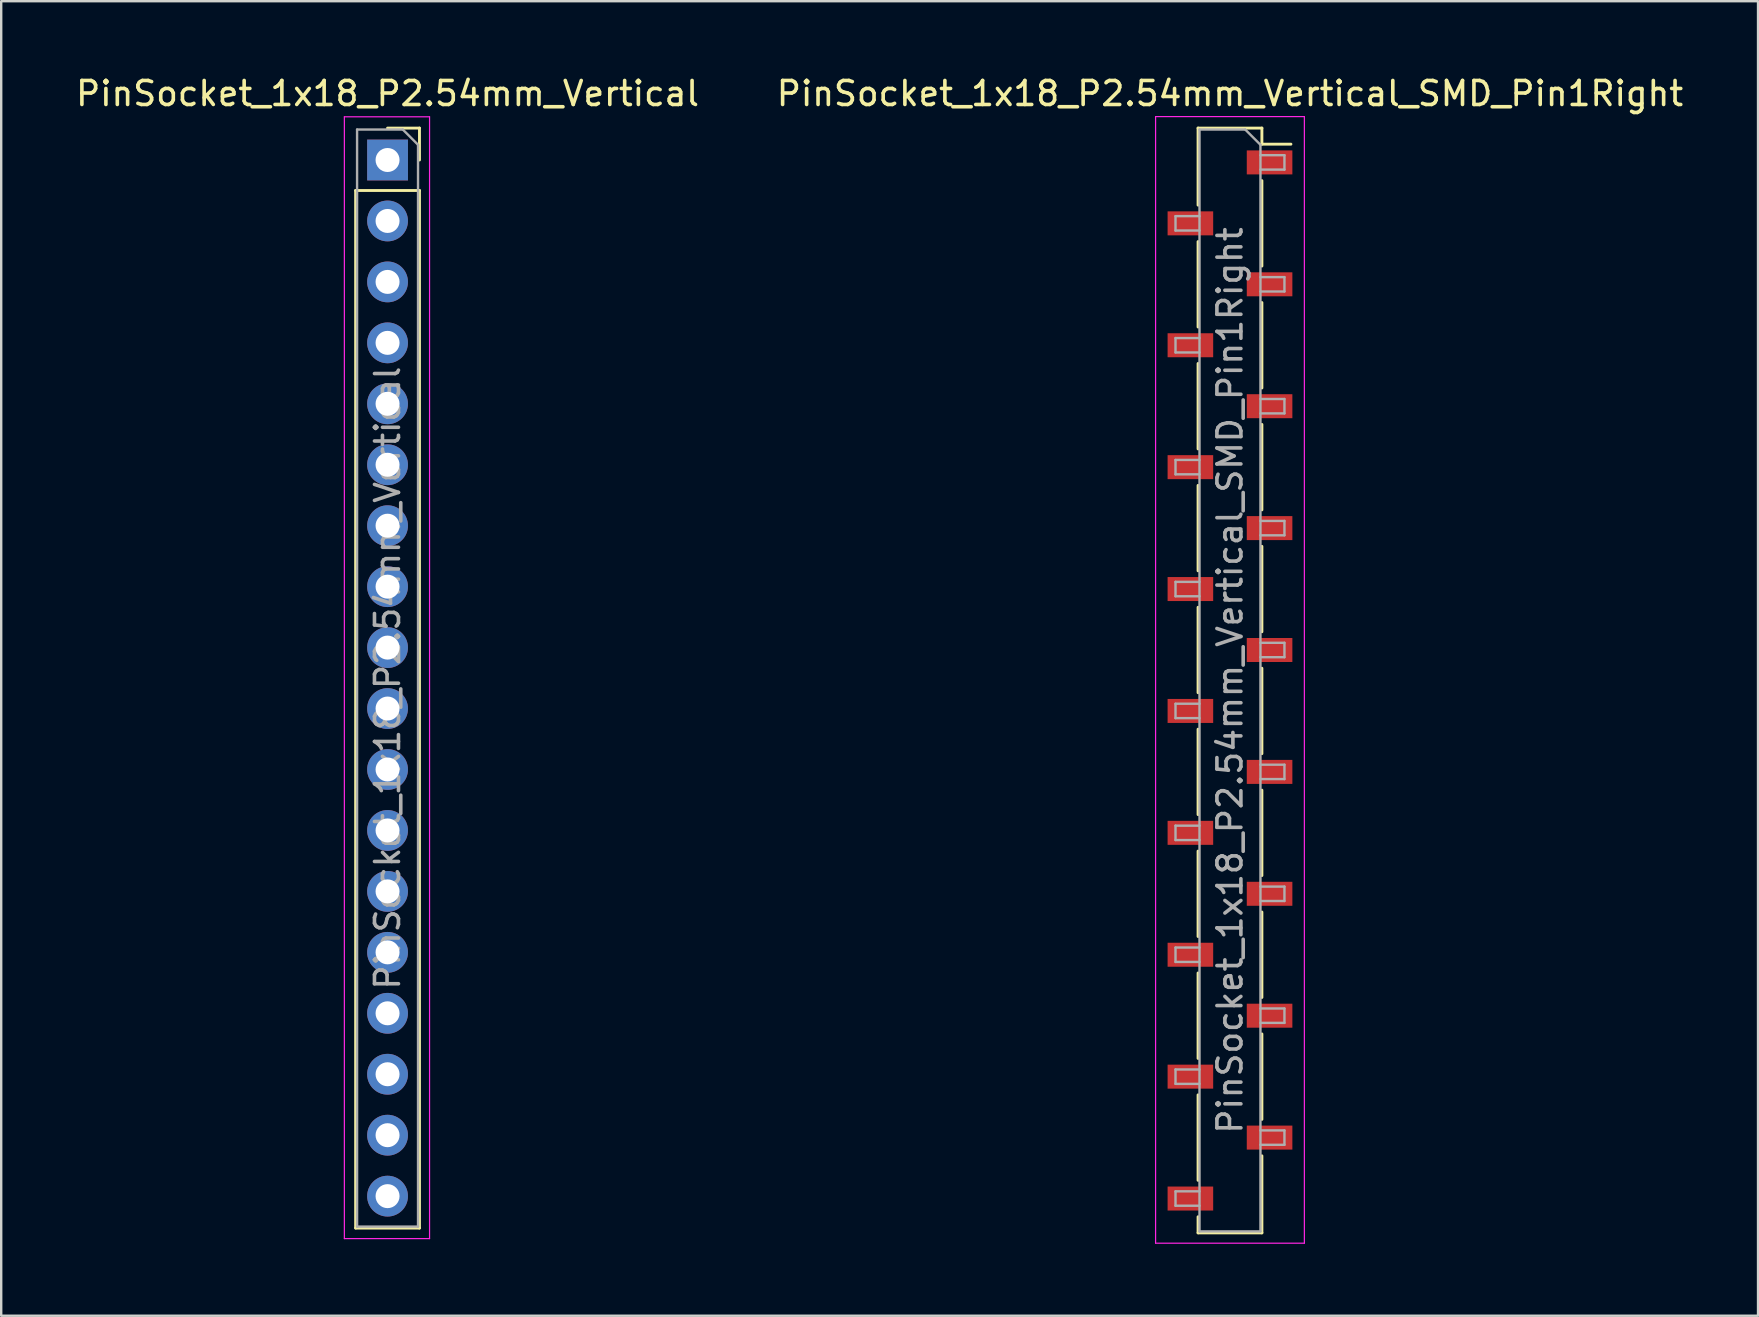
<source format=kicad_pcb>
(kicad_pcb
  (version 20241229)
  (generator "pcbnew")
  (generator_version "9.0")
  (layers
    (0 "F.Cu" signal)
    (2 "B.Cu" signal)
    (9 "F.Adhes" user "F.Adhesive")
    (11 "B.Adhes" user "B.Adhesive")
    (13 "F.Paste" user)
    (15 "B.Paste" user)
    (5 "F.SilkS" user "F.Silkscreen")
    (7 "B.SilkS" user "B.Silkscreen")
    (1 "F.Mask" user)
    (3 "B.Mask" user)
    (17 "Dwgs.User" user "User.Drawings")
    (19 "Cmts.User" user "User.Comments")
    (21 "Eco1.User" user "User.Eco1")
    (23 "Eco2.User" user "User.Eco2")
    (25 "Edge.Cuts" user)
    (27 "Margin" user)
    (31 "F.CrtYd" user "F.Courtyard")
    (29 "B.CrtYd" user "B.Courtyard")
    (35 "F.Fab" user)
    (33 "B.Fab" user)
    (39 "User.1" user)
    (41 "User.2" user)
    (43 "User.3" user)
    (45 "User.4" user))
  (footprint "PinSocket_1x18_P2.54mm_Vertical_SMD_Pin1Right"
    (layer "F.Cu")
    (at 48.208 25.308)
    (property "Reference" "PinSocket_1x18_P2.54mm_Vertical_SMD_Pin1Right" (at 0 -24.46 0) (layer "F.SilkS") (effects (font (size 1 1) (thickness 0.15))))
    (attr smd)
    (fp_line (start -1.33 -23.02) (end -1.33 -19.81) (stroke (width 0.12) (type solid)) (layer "F.SilkS"))
    (fp_line (start -1.33 -23.02) (end 1.33 -23.02) (stroke (width 0.12) (type solid)) (layer "F.SilkS"))
    (fp_line (start -1.33 -18.29) (end -1.33 -14.73) (stroke (width 0.12) (type solid)) (layer "F.SilkS"))
    (fp_line (start -1.33 -13.21) (end -1.33 -9.65) (stroke (width 0.12) (type solid)) (layer "F.SilkS"))
    (fp_line (start -1.33 -8.13) (end -1.33 -4.57) (stroke (width 0.12) (type solid)) (layer "F.SilkS"))
    (fp_line (start -1.33 -3.05) (end -1.33 0.51) (stroke (width 0.12) (type solid)) (layer "F.SilkS"))
    (fp_line (start -1.33 2.03) (end -1.33 5.59) (stroke (width 0.12) (type solid)) (layer "F.SilkS"))
    (fp_line (start -1.33 7.11) (end -1.33 10.67) (stroke (width 0.12) (type solid)) (layer "F.SilkS"))
    (fp_line (start -1.33 12.19) (end -1.33 15.75) (stroke (width 0.12) (type solid)) (layer "F.SilkS"))
    (fp_line (start -1.33 17.27) (end -1.33 20.83) (stroke (width 0.12) (type solid)) (layer "F.SilkS"))
    (fp_line (start -1.33 22.35) (end -1.33 23.02) (stroke (width 0.12) (type solid)) (layer "F.SilkS"))
    (fp_line (start -1.33 23.02) (end 1.33 23.02) (stroke (width 0.12) (type solid)) (layer "F.SilkS"))
    (fp_line (start 1.33 -23.02) (end 1.33 -22.35) (stroke (width 0.12) (type solid)) (layer "F.SilkS"))
    (fp_line (start 1.33 -22.35) (end 2.54 -22.35) (stroke (width 0.12) (type solid)) (layer "F.SilkS"))
    (fp_line (start 1.33 -20.83) (end 1.33 -17.27) (stroke (width 0.12) (type solid)) (layer "F.SilkS"))
    (fp_line (start 1.33 -15.75) (end 1.33 -12.19) (stroke (width 0.12) (type solid)) (layer "F.SilkS"))
    (fp_line (start 1.33 -10.67) (end 1.33 -7.11) (stroke (width 0.12) (type solid)) (layer "F.SilkS"))
    (fp_line (start 1.33 -5.59) (end 1.33 -2.03) (stroke (width 0.12) (type solid)) (layer "F.SilkS"))
    (fp_line (start 1.33 -0.51) (end 1.33 3.05) (stroke (width 0.12) (type solid)) (layer "F.SilkS"))
    (fp_line (start 1.33 4.57) (end 1.33 8.13) (stroke (width 0.12) (type solid)) (layer "F.SilkS"))
    (fp_line (start 1.33 9.65) (end 1.33 13.21) (stroke (width 0.12) (type solid)) (layer "F.SilkS"))
    (fp_line (start 1.33 14.73) (end 1.33 18.29) (stroke (width 0.12) (type solid)) (layer "F.SilkS"))
    (fp_line (start 1.33 19.81) (end 1.33 23.02) (stroke (width 0.12) (type solid)) (layer "F.SilkS"))
    (fp_line (start -3.1 -23.5) (end 3.1 -23.5) (stroke (width 0.05) (type solid)) (layer "F.CrtYd"))
    (fp_line (start -3.1 23.45) (end -3.1 -23.5) (stroke (width 0.05) (type solid)) (layer "F.CrtYd"))
    (fp_line (start 3.1 -23.5) (end 3.1 23.45) (stroke (width 0.05) (type solid)) (layer "F.CrtYd"))
    (fp_line (start 3.1 23.45) (end -3.1 23.45) (stroke (width 0.05) (type solid)) (layer "F.CrtYd"))
    (fp_line (start -2.27 -19.35) (end -1.27 -19.35) (stroke (width 0.1) (type solid)) (layer "F.Fab"))
    (fp_line (start -2.27 -18.75) (end -2.27 -19.35) (stroke (width 0.1) (type solid)) (layer "F.Fab"))
    (fp_line (start -2.27 -14.27) (end -1.27 -14.27) (stroke (width 0.1) (type solid)) (layer "F.Fab"))
    (fp_line (start -2.27 -13.67) (end -2.27 -14.27) (stroke (width 0.1) (type solid)) (layer "F.Fab"))
    (fp_line (start -2.27 -9.19) (end -1.27 -9.19) (stroke (width 0.1) (type solid)) (layer "F.Fab"))
    (fp_line (start -2.27 -8.59) (end -2.27 -9.19) (stroke (width 0.1) (type solid)) (layer "F.Fab"))
    (fp_line (start -2.27 -4.11) (end -1.27 -4.11) (stroke (width 0.1) (type solid)) (layer "F.Fab"))
    (fp_line (start -2.27 -3.51) (end -2.27 -4.11) (stroke (width 0.1) (type solid)) (layer "F.Fab"))
    (fp_line (start -2.27 0.97) (end -1.27 0.97) (stroke (width 0.1) (type solid)) (layer "F.Fab"))
    (fp_line (start -2.27 1.57) (end -2.27 0.97) (stroke (width 0.1) (type solid)) (layer "F.Fab"))
    (fp_line (start -2.27 6.05) (end -1.27 6.05) (stroke (width 0.1) (type solid)) (layer "F.Fab"))
    (fp_line (start -2.27 6.65) (end -2.27 6.05) (stroke (width 0.1) (type solid)) (layer "F.Fab"))
    (fp_line (start -2.27 11.13) (end -1.27 11.13) (stroke (width 0.1) (type solid)) (layer "F.Fab"))
    (fp_line (start -2.27 11.73) (end -2.27 11.13) (stroke (width 0.1) (type solid)) (layer "F.Fab"))
    (fp_line (start -2.27 16.21) (end -1.27 16.21) (stroke (width 0.1) (type solid)) (layer "F.Fab"))
    (fp_line (start -2.27 16.81) (end -2.27 16.21) (stroke (width 0.1) (type solid)) (layer "F.Fab"))
    (fp_line (start -2.27 21.29) (end -1.27 21.29) (stroke (width 0.1) (type solid)) (layer "F.Fab"))
    (fp_line (start -2.27 21.89) (end -2.27 21.29) (stroke (width 0.1) (type solid)) (layer "F.Fab"))
    (fp_line (start -1.27 -22.96) (end 0.635 -22.96) (stroke (width 0.1) (type solid)) (layer "F.Fab"))
    (fp_line (start -1.27 -18.75) (end -2.27 -18.75) (stroke (width 0.1) (type solid)) (layer "F.Fab"))
    (fp_line (start -1.27 -13.67) (end -2.27 -13.67) (stroke (width 0.1) (type solid)) (layer "F.Fab"))
    (fp_line (start -1.27 -8.59) (end -2.27 -8.59) (stroke (width 0.1) (type solid)) (layer "F.Fab"))
    (fp_line (start -1.27 -3.51) (end -2.27 -3.51) (stroke (width 0.1) (type solid)) (layer "F.Fab"))
    (fp_line (start -1.27 1.57) (end -2.27 1.57) (stroke (width 0.1) (type solid)) (layer "F.Fab"))
    (fp_line (start -1.27 6.65) (end -2.27 6.65) (stroke (width 0.1) (type solid)) (layer "F.Fab"))
    (fp_line (start -1.27 11.73) (end -2.27 11.73) (stroke (width 0.1) (type solid)) (layer "F.Fab"))
    (fp_line (start -1.27 16.81) (end -2.27 16.81) (stroke (width 0.1) (type solid)) (layer "F.Fab"))
    (fp_line (start -1.27 21.89) (end -2.27 21.89) (stroke (width 0.1) (type solid)) (layer "F.Fab"))
    (fp_line (start -1.27 22.96) (end -1.27 -22.96) (stroke (width 0.1) (type solid)) (layer "F.Fab"))
    (fp_line (start 0.635 -22.96) (end 1.27 -22.325) (stroke (width 0.1) (type solid)) (layer "F.Fab"))
    (fp_line (start 1.27 -22.325) (end 1.27 22.96) (stroke (width 0.1) (type solid)) (layer "F.Fab"))
    (fp_line (start 1.27 -21.89) (end 2.27 -21.89) (stroke (width 0.1) (type solid)) (layer "F.Fab"))
    (fp_line (start 1.27 -16.81) (end 2.27 -16.81) (stroke (width 0.1) (type solid)) (layer "F.Fab"))
    (fp_line (start 1.27 -11.73) (end 2.27 -11.73) (stroke (width 0.1) (type solid)) (layer "F.Fab"))
    (fp_line (start 1.27 -6.65) (end 2.27 -6.65) (stroke (width 0.1) (type solid)) (layer "F.Fab"))
    (fp_line (start 1.27 -1.57) (end 2.27 -1.57) (stroke (width 0.1) (type solid)) (layer "F.Fab"))
    (fp_line (start 1.27 3.51) (end 2.27 3.51) (stroke (width 0.1) (type solid)) (layer "F.Fab"))
    (fp_line (start 1.27 8.59) (end 2.27 8.59) (stroke (width 0.1) (type solid)) (layer "F.Fab"))
    (fp_line (start 1.27 13.67) (end 2.27 13.67) (stroke (width 0.1) (type solid)) (layer "F.Fab"))
    (fp_line (start 1.27 18.75) (end 2.27 18.75) (stroke (width 0.1) (type solid)) (layer "F.Fab"))
    (fp_line (start 1.27 22.96) (end -1.27 22.96) (stroke (width 0.1) (type solid)) (layer "F.Fab"))
    (fp_line (start 2.27 -21.89) (end 2.27 -21.29) (stroke (width 0.1) (type solid)) (layer "F.Fab"))
    (fp_line (start 2.27 -21.29) (end 1.27 -21.29) (stroke (width 0.1) (type solid)) (layer "F.Fab"))
    (fp_line (start 2.27 -16.81) (end 2.27 -16.21) (stroke (width 0.1) (type solid)) (layer "F.Fab"))
    (fp_line (start 2.27 -16.21) (end 1.27 -16.21) (stroke (width 0.1) (type solid)) (layer "F.Fab"))
    (fp_line (start 2.27 -11.73) (end 2.27 -11.13) (stroke (width 0.1) (type solid)) (layer "F.Fab"))
    (fp_line (start 2.27 -11.13) (end 1.27 -11.13) (stroke (width 0.1) (type solid)) (layer "F.Fab"))
    (fp_line (start 2.27 -6.65) (end 2.27 -6.05) (stroke (width 0.1) (type solid)) (layer "F.Fab"))
    (fp_line (start 2.27 -6.05) (end 1.27 -6.05) (stroke (width 0.1) (type solid)) (layer "F.Fab"))
    (fp_line (start 2.27 -1.57) (end 2.27 -0.97) (stroke (width 0.1) (type solid)) (layer "F.Fab"))
    (fp_line (start 2.27 -0.97) (end 1.27 -0.97) (stroke (width 0.1) (type solid)) (layer "F.Fab"))
    (fp_line (start 2.27 3.51) (end 2.27 4.11) (stroke (width 0.1) (type solid)) (layer "F.Fab"))
    (fp_line (start 2.27 4.11) (end 1.27 4.11) (stroke (width 0.1) (type solid)) (layer "F.Fab"))
    (fp_line (start 2.27 8.59) (end 2.27 9.19) (stroke (width 0.1) (type solid)) (layer "F.Fab"))
    (fp_line (start 2.27 9.19) (end 1.27 9.19) (stroke (width 0.1) (type solid)) (layer "F.Fab"))
    (fp_line (start 2.27 13.67) (end 2.27 14.27) (stroke (width 0.1) (type solid)) (layer "F.Fab"))
    (fp_line (start 2.27 14.27) (end 1.27 14.27) (stroke (width 0.1) (type solid)) (layer "F.Fab"))
    (fp_line (start 2.27 18.75) (end 2.27 19.35) (stroke (width 0.1) (type solid)) (layer "F.Fab"))
    (fp_line (start 2.27 19.35) (end 1.27 19.35) (stroke (width 0.1) (type solid)) (layer "F.Fab"))
    (fp_text user "${REFERENCE}" (at 0 0 90) (layer "F.Fab") (effects (font (size 1 1) (thickness 0.15))))
    (pad "1" smd rect (at 1.65 -21.59) (size 1.9 1) (layers "F.Cu" "F.Mask" "F.Paste"))
    (pad "2" smd rect (at -1.65 -19.05) (size 1.9 1) (layers "F.Cu" "F.Mask" "F.Paste"))
    (pad "3" smd rect (at 1.65 -16.51) (size 1.9 1) (layers "F.Cu" "F.Mask" "F.Paste"))
    (pad "4" smd rect (at -1.65 -13.97) (size 1.9 1) (layers "F.Cu" "F.Mask" "F.Paste"))
    (pad "5" smd rect (at 1.65 -11.43) (size 1.9 1) (layers "F.Cu" "F.Mask" "F.Paste"))
    (pad "6" smd rect (at -1.65 -8.89) (size 1.9 1) (layers "F.Cu" "F.Mask" "F.Paste"))
    (pad "7" smd rect (at 1.65 -6.35) (size 1.9 1) (layers "F.Cu" "F.Mask" "F.Paste"))
    (pad "8" smd rect (at -1.65 -3.81) (size 1.9 1) (layers "F.Cu" "F.Mask" "F.Paste"))
    (pad "9" smd rect (at 1.65 -1.27) (size 1.9 1) (layers "F.Cu" "F.Mask" "F.Paste"))
    (pad "10" smd rect (at -1.65 1.27) (size 1.9 1) (layers "F.Cu" "F.Mask" "F.Paste"))
    (pad "11" smd rect (at 1.65 3.81) (size 1.9 1) (layers "F.Cu" "F.Mask" "F.Paste"))
    (pad "12" smd rect (at -1.65 6.35) (size 1.9 1) (layers "F.Cu" "F.Mask" "F.Paste"))
    (pad "13" smd rect (at 1.65 8.89) (size 1.9 1) (layers "F.Cu" "F.Mask" "F.Paste"))
    (pad "14" smd rect (at -1.65 11.43) (size 1.9 1) (layers "F.Cu" "F.Mask" "F.Paste"))
    (pad "15" smd rect (at 1.65 13.97) (size 1.9 1) (layers "F.Cu" "F.Mask" "F.Paste"))
    (pad "16" smd rect (at -1.65 16.51) (size 1.9 1) (layers "F.Cu" "F.Mask" "F.Paste"))
    (pad "17" smd rect (at 1.65 19.05) (size 1.9 1) (layers "F.Cu" "F.Mask" "F.Paste"))
    (pad "18" smd rect (at -1.65 21.59) (size 1.9 1) (layers "F.Cu" "F.Mask" "F.Paste")))
  (footprint "PinSocket_1x18_P2.54mm_Vertical"
    (layer "F.Cu")
    (at 13.101 3.618)
    (property "Reference" "PinSocket_1x18_P2.54mm_Vertical" (at 0 -2.77 0) (layer "F.SilkS") (effects (font (size 1 1) (thickness 0.15))))
    (attr through_hole)
    (fp_line (start -1.33 1.27) (end -1.33 44.51) (stroke (width 0.12) (type solid)) (layer "F.SilkS"))
    (fp_line (start -1.33 1.27) (end 1.33 1.27) (stroke (width 0.12) (type solid)) (layer "F.SilkS"))
    (fp_line (start -1.33 44.51) (end 1.33 44.51) (stroke (width 0.12) (type solid)) (layer "F.SilkS"))
    (fp_line (start 0 -1.33) (end 1.33 -1.33) (stroke (width 0.12) (type solid)) (layer "F.SilkS"))
    (fp_line (start 1.33 -1.33) (end 1.33 0) (stroke (width 0.12) (type solid)) (layer "F.SilkS"))
    (fp_line (start 1.33 1.27) (end 1.33 44.51) (stroke (width 0.12) (type solid)) (layer "F.SilkS"))
    (fp_line (start -1.8 -1.8) (end 1.75 -1.8) (stroke (width 0.05) (type solid)) (layer "F.CrtYd"))
    (fp_line (start -1.8 44.95) (end -1.8 -1.8) (stroke (width 0.05) (type solid)) (layer "F.CrtYd"))
    (fp_line (start 1.75 -1.8) (end 1.75 44.95) (stroke (width 0.05) (type solid)) (layer "F.CrtYd"))
    (fp_line (start 1.75 44.95) (end -1.8 44.95) (stroke (width 0.05) (type solid)) (layer "F.CrtYd"))
    (fp_line (start -1.27 -1.27) (end 0.635 -1.27) (stroke (width 0.1) (type solid)) (layer "F.Fab"))
    (fp_line (start -1.27 44.45) (end -1.27 -1.27) (stroke (width 0.1) (type solid)) (layer "F.Fab"))
    (fp_line (start 0.635 -1.27) (end 1.27 -0.635) (stroke (width 0.1) (type solid)) (layer "F.Fab"))
    (fp_line (start 1.27 -0.635) (end 1.27 44.45) (stroke (width 0.1) (type solid)) (layer "F.Fab"))
    (fp_line (start 1.27 44.45) (end -1.27 44.45) (stroke (width 0.1) (type solid)) (layer "F.Fab"))
    (fp_text user "${REFERENCE}" (at 0 21.59 90) (layer "F.Fab") (effects (font (size 1 1) (thickness 0.15))))
    (pad "1" thru_hole rect (at 0 0) (size 1.7 1.7) (drill 1) (layers "*.Cu" "*.Mask"))
    (pad "2" thru_hole oval (at 0 2.54) (size 1.7 1.7) (drill 1) (layers "*.Cu" "*.Mask"))
    (pad "3" thru_hole oval (at 0 5.08) (size 1.7 1.7) (drill 1) (layers "*.Cu" "*.Mask"))
    (pad "4" thru_hole oval (at 0 7.62) (size 1.7 1.7) (drill 1) (layers "*.Cu" "*.Mask"))
    (pad "5" thru_hole oval (at 0 10.16) (size 1.7 1.7) (drill 1) (layers "*.Cu" "*.Mask"))
    (pad "6" thru_hole oval (at 0 12.7) (size 1.7 1.7) (drill 1) (layers "*.Cu" "*.Mask"))
    (pad "7" thru_hole oval (at 0 15.24) (size 1.7 1.7) (drill 1) (layers "*.Cu" "*.Mask"))
    (pad "8" thru_hole oval (at 0 17.78) (size 1.7 1.7) (drill 1) (layers "*.Cu" "*.Mask"))
    (pad "9" thru_hole oval (at 0 20.32) (size 1.7 1.7) (drill 1) (layers "*.Cu" "*.Mask"))
    (pad "10" thru_hole oval (at 0 22.86) (size 1.7 1.7) (drill 1) (layers "*.Cu" "*.Mask"))
    (pad "11" thru_hole oval (at 0 25.4) (size 1.7 1.7) (drill 1) (layers "*.Cu" "*.Mask"))
    (pad "12" thru_hole oval (at 0 27.94) (size 1.7 1.7) (drill 1) (layers "*.Cu" "*.Mask"))
    (pad "13" thru_hole oval (at 0 30.48) (size 1.7 1.7) (drill 1) (layers "*.Cu" "*.Mask"))
    (pad "14" thru_hole oval (at 0 33.02) (size 1.7 1.7) (drill 1) (layers "*.Cu" "*.Mask"))
    (pad "15" thru_hole oval (at 0 35.56) (size 1.7 1.7) (drill 1) (layers "*.Cu" "*.Mask"))
    (pad "16" thru_hole oval (at 0 38.1) (size 1.7 1.7) (drill 1) (layers "*.Cu" "*.Mask"))
    (pad "17" thru_hole oval (at 0 40.64) (size 1.7 1.7) (drill 1) (layers "*.Cu" "*.Mask"))
    (pad "18" thru_hole oval (at 0 43.18) (size 1.7 1.7) (drill 1) (layers "*.Cu" "*.Mask")))
  (gr_rect
    (start -3 -3)
    (end 70.214 51.783)
    (stroke (width 0.1) (type default))
    (fill no)
    (layer "Edge.Cuts")))
</source>
